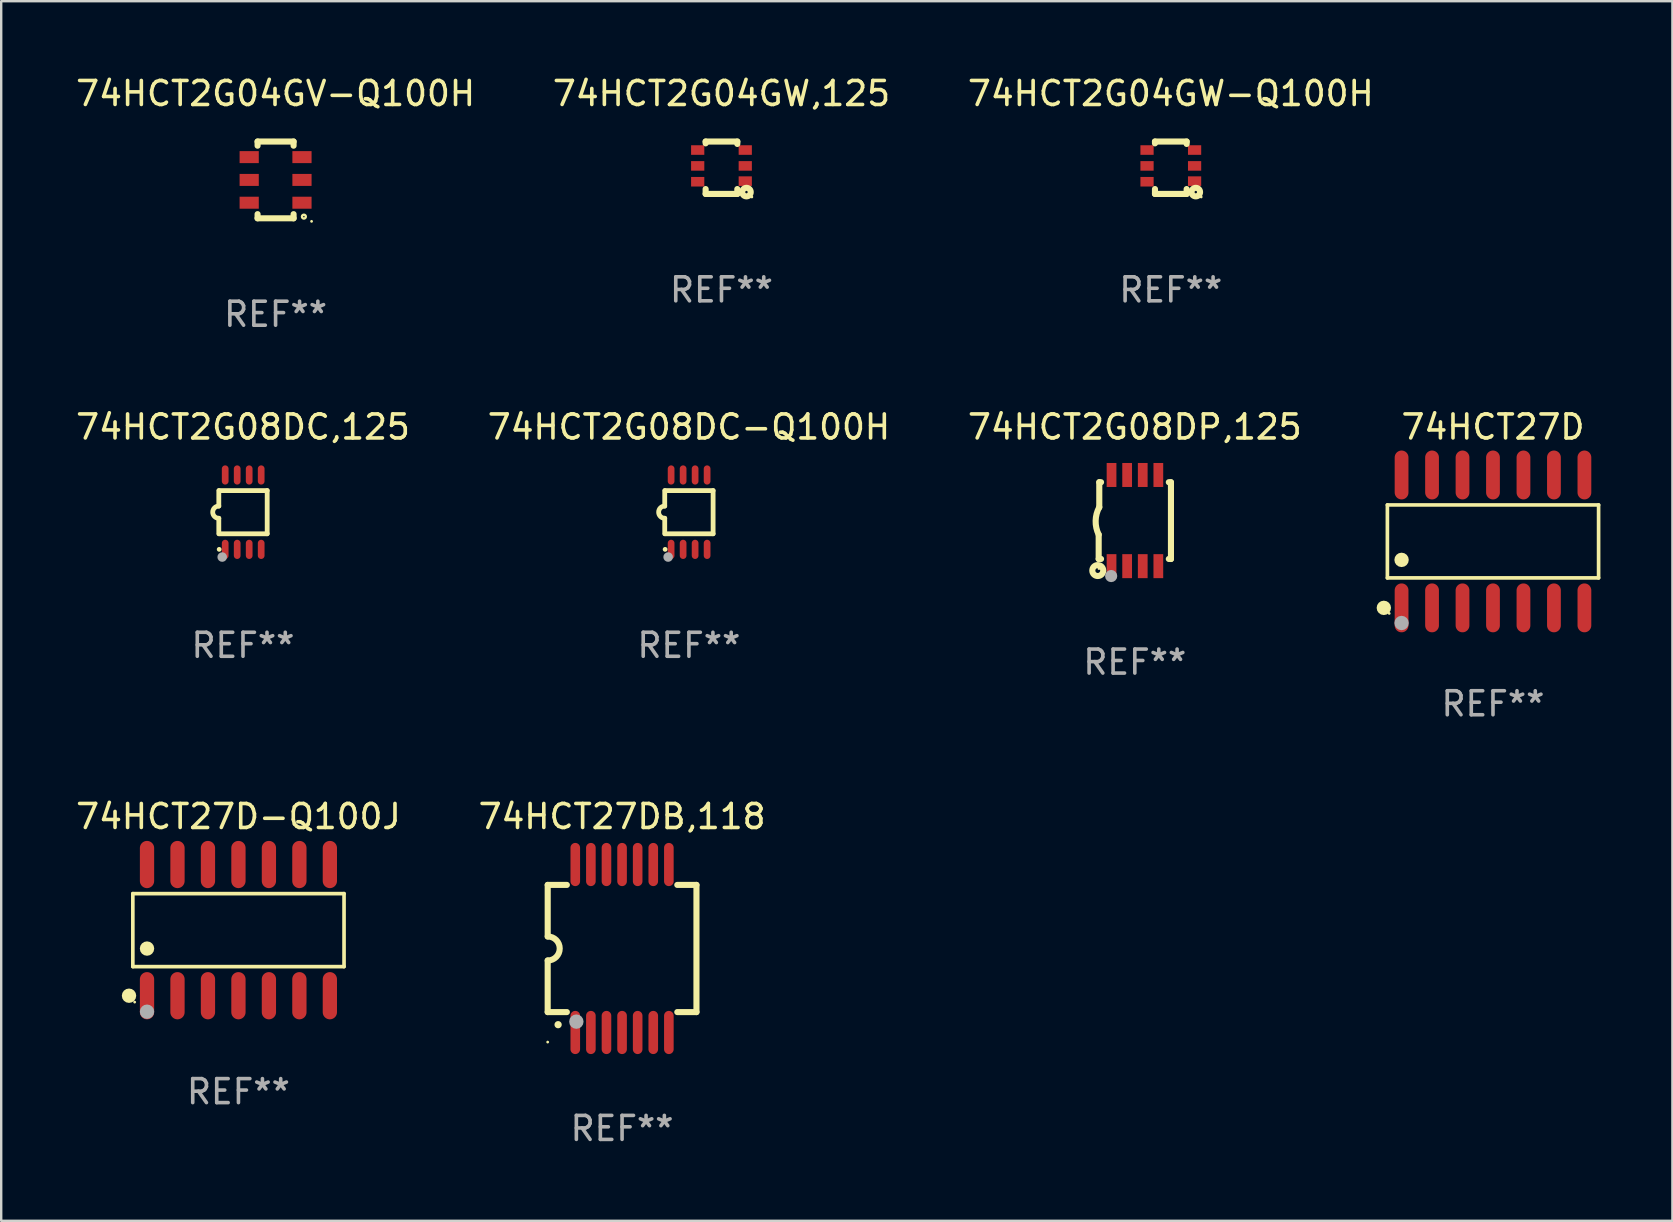
<source format=kicad_pcb>
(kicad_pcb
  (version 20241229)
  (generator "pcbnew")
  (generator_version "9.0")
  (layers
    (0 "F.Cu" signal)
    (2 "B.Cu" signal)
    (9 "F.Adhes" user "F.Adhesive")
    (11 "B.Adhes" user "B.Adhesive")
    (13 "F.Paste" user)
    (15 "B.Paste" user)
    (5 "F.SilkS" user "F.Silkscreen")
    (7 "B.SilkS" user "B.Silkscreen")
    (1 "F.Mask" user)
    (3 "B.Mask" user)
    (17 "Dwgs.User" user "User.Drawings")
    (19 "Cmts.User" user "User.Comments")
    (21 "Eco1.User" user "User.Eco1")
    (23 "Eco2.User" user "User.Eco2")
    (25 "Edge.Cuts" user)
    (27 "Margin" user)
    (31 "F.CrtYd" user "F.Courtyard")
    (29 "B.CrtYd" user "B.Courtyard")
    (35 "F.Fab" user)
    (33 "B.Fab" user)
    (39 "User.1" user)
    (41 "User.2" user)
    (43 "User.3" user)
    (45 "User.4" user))
  (footprint "74HCT2G04GW,125"
    (layer "F.Cu")
    (at 27.018 3.94)
    (property "Reference" "74HCT2G04GW,125" (at 0 -3.092 0) (layer "F.SilkS") (effects (font (size 1 1) (thickness 0.15))))
    (attr through_hole)
    (fp_line (start -0.66 -1.092) (end -0.66 -1.016) (stroke (width 0.254) (type solid)) (layer "F.SilkS"))
    (fp_line (start -0.66 1.092) (end -0.66 0.889) (stroke (width 0.254) (type solid)) (layer "F.SilkS"))
    (fp_line (start 0.66 -1.092) (end -0.66 -1.092) (stroke (width 0.254) (type solid)) (layer "F.SilkS"))
    (fp_line (start 0.66 -0.991) (end 0.66 -1.092) (stroke (width 0.254) (type solid)) (layer "F.SilkS"))
    (fp_line (start 0.66 0.889) (end 0.66 1.092) (stroke (width 0.254) (type solid)) (layer "F.SilkS"))
    (fp_line (start 0.66 1.092) (end -0.66 1.092) (stroke (width 0.254) (type solid)) (layer "F.SilkS"))
    (fp_circle (center 1.041 1.016) (end 1.092 1.016) (stroke (width 0.254) (type solid)) (fill no) (layer "F.SilkS"))
    (fp_circle (center 1.266 1.219) (end 1.296 1.219) (stroke (width 0.06) (type solid)) (fill no) (layer "F.SilkS"))
    (fp_text user "REF**" (at 0 5.092 0) (layer "F.Fab") (effects (font (size 1 1) (thickness 0.15))))
    (pad "1" smd rect (at 0.991 0.559 270) (size 0.399 0.551) (layers "F.Cu" "F.Mask" "F.Paste"))
    (pad "2" smd rect (at 0.991 -0.076 270) (size 0.399 0.551) (layers "F.Cu" "F.Mask" "F.Paste"))
    (pad "3" smd rect (at 0.991 -0.737 270) (size 0.399 0.551) (layers "F.Cu" "F.Mask" "F.Paste"))
    (pad "4" smd rect (at -0.991 -0.737 270) (size 0.399 0.551) (layers "F.Cu" "F.Mask" "F.Paste"))
    (pad "5" smd rect (at -0.991 -0.076 270) (size 0.399 0.551) (layers "F.Cu" "F.Mask" "F.Paste"))
    (pad "6" smd rect (at -0.991 0.584 270) (size 0.399 0.551) (layers "F.Cu" "F.Mask" "F.Paste")))
  (footprint "74HCT2G08DP,125"
    (layer "F.Cu")
    (at 44.244 18.645)
    (property "Reference" "74HCT2G08DP,125" (at 0 -3.9 0) (layer "F.SilkS") (effects (font (size 1 1) (thickness 0.15))))
    (attr through_hole)
    (fp_line (start -1.506 1.6) (end -1.506 0.584) (stroke (width 0.254) (type solid)) (layer "F.SilkS"))
    (fp_line (start -1.506 1.6) (end -1.407 1.6) (stroke (width 0.254) (type solid)) (layer "F.SilkS"))
    (fp_line (start -1.481 -1.599) (end -1.481 -0.549) (stroke (width 0.254) (type solid)) (layer "F.SilkS"))
    (fp_line (start -1.481 -1.599) (end -1.407 -1.599) (stroke (width 0.254) (type solid)) (layer "F.SilkS"))
    (fp_line (start 1.417 -1.599) (end 1.506 -1.599) (stroke (width 0.254) (type solid)) (layer "F.SilkS"))
    (fp_line (start 1.417 1.6) (end 1.506 1.6) (stroke (width 0.254) (type solid)) (layer "F.SilkS"))
    (fp_line (start 1.506 1.603) (end 1.506 -1.595) (stroke (width 0.254) (type solid)) (layer "F.SilkS"))
    (fp_arc (start -1.506223 0.584328) (mid -1.632455 0.00974) (end -1.480823 -0.558674) (stroke (width 0.254001) (type solid)) (layer "F.SilkS"))
    (fp_circle (center -1.544 2.083) (end -1.443 2.083) (stroke (width 0.254) (type solid)) (fill no) (layer "F.SilkS"))
    (fp_circle (center -1.495 2) (end -1.465 2) (stroke (width 0.06) (type solid)) (fill no) (layer "F.SilkS"))
    (fp_circle (center -0.986 2.312) (end -0.859 2.312) (stroke (width 0.254) (type solid)) (fill no) (layer "F.Fab"))
    (fp_text user "REF**" (at 0 5.9 0) (layer "F.Fab") (effects (font (size 1 1) (thickness 0.15))))
    (pad "1" smd rect (at -0.97 1.9 90) (size 1 0.406) (layers "F.Cu" "F.Mask" "F.Paste"))
    (pad "2" smd rect (at -0.32 1.9 90) (size 1 0.406) (layers "F.Cu" "F.Mask" "F.Paste"))
    (pad "3" smd rect (at 0.33 1.9 90) (size 1 0.406) (layers "F.Cu" "F.Mask" "F.Paste"))
    (pad "4" smd rect (at 0.98 1.9 90) (size 1 0.406) (layers "F.Cu" "F.Mask" "F.Paste"))
    (pad "5" smd rect (at 0.98 -1.9 90) (size 1 0.406) (layers "F.Cu" "F.Mask" "F.Paste"))
    (pad "6" smd rect (at 0.33 -1.9 90) (size 1 0.406) (layers "F.Cu" "F.Mask" "F.Paste"))
    (pad "7" smd rect (at -0.32 -1.9 90) (size 1 0.406) (layers "F.Cu" "F.Mask" "F.Paste"))
    (pad "8" smd rect (at -0.97 -1.9 90) (size 1 0.406) (layers "F.Cu" "F.Mask" "F.Paste")))
  (footprint "74HCT2G08DC-Q100H"
    (layer "F.Cu")
    (at 25.661 18.295)
    (property "Reference" "74HCT2G08DC-Q100H" (at 0 -3.55 0) (layer "F.SilkS") (effects (font (size 1 1) (thickness 0.15))))
    (attr through_hole)
    (fp_line (start -1.008 -0.254) (end -1.008 -0.9) (stroke (width 0.2) (type solid)) (layer "F.SilkS"))
    (fp_line (start -1.008 0.254) (end -1.008 0.9) (stroke (width 0.2) (type solid)) (layer "F.SilkS"))
    (fp_line (start -0.992 0.9) (end 1.008 0.9) (stroke (width 0.2) (type solid)) (layer "F.SilkS"))
    (fp_line (start 1.008 -0.9) (end -0.992 -0.9) (stroke (width 0.2) (type solid)) (layer "F.SilkS"))
    (fp_line (start 1.008 0.9) (end 1.008 -0.9) (stroke (width 0.2) (type solid)) (layer "F.SilkS"))
    (fp_arc (start -1.008001 0.254001) (mid -1.262002 0) (end -1.008001 -0.254001) (stroke (width 0.2) (type solid)) (layer "F.SilkS"))
    (fp_circle (center -0.992 1.55) (end -0.942 1.55) (stroke (width 0.1) (type solid)) (fill no) (layer "F.SilkS"))
    (fp_circle (center -0.866 1.87) (end -0.766 1.87) (stroke (width 0.2) (type solid)) (fill no) (layer "F.Fab"))
    (fp_text user "REF**" (at 0 5.55 0) (layer "F.Fab") (effects (font (size 1 1) (thickness 0.15))))
    (pad "1" smd oval (at -0.742 1.55 270) (size 0.8 0.28) (layers "F.Cu" "F.Mask" "F.Paste"))
    (pad "2" smd oval (at -0.242 1.55 270) (size 0.8 0.28) (layers "F.Cu" "F.Mask" "F.Paste"))
    (pad "3" smd oval (at 0.258 1.55 270) (size 0.8 0.28) (layers "F.Cu" "F.Mask" "F.Paste"))
    (pad "4" smd oval (at 0.758 1.55 270) (size 0.8 0.28) (layers "F.Cu" "F.Mask" "F.Paste"))
    (pad "5" smd oval (at 0.758 -1.55 270) (size 0.8 0.28) (layers "F.Cu" "F.Mask" "F.Paste"))
    (pad "6" smd oval (at 0.258 -1.55 270) (size 0.8 0.28) (layers "F.Cu" "F.Mask" "F.Paste"))
    (pad "7" smd oval (at -0.242 -1.55 270) (size 0.8 0.28) (layers "F.Cu" "F.Mask" "F.Paste"))
    (pad "8" smd oval (at -0.742 -1.55 270) (size 0.8 0.28) (layers "F.Cu" "F.Mask" "F.Paste")))
  (footprint "74HCT2G04GV-Q100H"
    (layer "F.Cu")
    (at 8.435 4.448)
    (property "Reference" "74HCT2G04GV-Q100H" (at 0 -3.6 0) (layer "F.SilkS") (effects (font (size 1 1) (thickness 0.15))))
    (attr through_hole)
    (fp_line (start -0.75 -1.6) (end -0.75 -1.426) (stroke (width 0.254) (type solid)) (layer "F.SilkS"))
    (fp_line (start -0.75 -1.6) (end 0.75 -1.6) (stroke (width 0.254) (type solid)) (layer "F.SilkS"))
    (fp_line (start -0.75 1.426) (end -0.75 1.6) (stroke (width 0.254) (type solid)) (layer "F.SilkS"))
    (fp_line (start -0.75 1.6) (end 0.75 1.6) (stroke (width 0.254) (type solid)) (layer "F.SilkS"))
    (fp_line (start 0.75 -1.6) (end 0.75 -1.426) (stroke (width 0.254) (type solid)) (layer "F.SilkS"))
    (fp_line (start 0.75 1.426) (end 0.75 1.6) (stroke (width 0.254) (type solid)) (layer "F.SilkS"))
    (fp_circle (center 1.18 1.53) (end 1.26 1.53) (stroke (width 0.1) (type solid)) (fill no) (layer "F.SilkS"))
    (fp_circle (center 1.5 1.727) (end 1.53 1.727) (stroke (width 0.06) (type solid)) (fill no) (layer "F.SilkS"))
    (fp_text user "REF**" (at 0 5.6 0) (layer "F.Fab") (effects (font (size 1 1) (thickness 0.15))))
    (pad "1" smd rect (at 1.1 0.95 90) (size 0.5 0.8) (layers "F.Cu" "F.Mask" "F.Paste"))
    (pad "2" smd rect (at 1.1 0 90) (size 0.5 0.8) (layers "F.Cu" "F.Mask" "F.Paste"))
    (pad "3" smd rect (at 1.1 -0.95 90) (size 0.5 0.8) (layers "F.Cu" "F.Mask" "F.Paste"))
    (pad "4" smd rect (at -1.1 -0.95 90) (size 0.5 0.8) (layers "F.Cu" "F.Mask" "F.Paste"))
    (pad "5" smd rect (at -1.1 0 90) (size 0.5 0.8) (layers "F.Cu" "F.Mask" "F.Paste"))
    (pad "6" smd rect (at -1.1 0.95 90) (size 0.5 0.8) (layers "F.Cu" "F.Mask" "F.Paste")))
  (footprint "74HCT27D-Q100J"
    (layer "F.Cu")
    (at 6.887 35.713)
    (property "Reference" "74HCT27D-Q100J" (at 0 -4.734 0) (layer "F.SilkS") (effects (font (size 1 1) (thickness 0.15))))
    (attr through_hole)
    (fp_line (start -4.401 -1.521) (end 4.401 -1.521) (stroke (width 0.152) (type solid)) (layer "F.SilkS"))
    (fp_line (start -4.401 1.521) (end -4.401 -1.521) (stroke (width 0.152) (type solid)) (layer "F.SilkS"))
    (fp_line (start 4.401 -1.521) (end 4.401 1.521) (stroke (width 0.152) (type solid)) (layer "F.SilkS"))
    (fp_line (start 4.401 1.521) (end -4.401 1.521) (stroke (width 0.152) (type solid)) (layer "F.SilkS"))
    (fp_circle (center -4.56 2.734) (end -4.41 2.734) (stroke (width 0.3) (type solid)) (fill no) (layer "F.SilkS"))
    (fp_circle (center -4.325 3) (end -4.295 3) (stroke (width 0.06) (type solid)) (fill no) (layer "F.SilkS"))
    (fp_circle (center -3.81 0.769) (end -3.66 0.769) (stroke (width 0.3) (type solid)) (fill no) (layer "F.SilkS"))
    (fp_circle (center -3.81 3.4) (end -3.66 3.4) (stroke (width 0.3) (type solid)) (fill no) (layer "F.Fab"))
    (fp_text user "REF**" (at 0 6.734 0) (layer "F.Fab") (effects (font (size 1 1) (thickness 0.15))))
    (pad "1" smd oval (at -3.81 2.734) (size 0.595 1.968) (layers "F.Cu" "F.Mask" "F.Paste"))
    (pad "2" smd oval (at -2.54 2.734) (size 0.595 1.968) (layers "F.Cu" "F.Mask" "F.Paste"))
    (pad "3" smd oval (at -1.27 2.734) (size 0.595 1.968) (layers "F.Cu" "F.Mask" "F.Paste"))
    (pad "4" smd oval (at 0 2.734) (size 0.595 1.968) (layers "F.Cu" "F.Mask" "F.Paste"))
    (pad "5" smd oval (at 1.27 2.734) (size 0.595 1.968) (layers "F.Cu" "F.Mask" "F.Paste"))
    (pad "6" smd oval (at 2.54 2.734) (size 0.595 1.968) (layers "F.Cu" "F.Mask" "F.Paste"))
    (pad "7" smd oval (at 3.81 2.734) (size 0.595 1.968) (layers "F.Cu" "F.Mask" "F.Paste"))
    (pad "8" smd oval (at 3.81 -2.734) (size 0.595 1.968) (layers "F.Cu" "F.Mask" "F.Paste"))
    (pad "9" smd oval (at 2.54 -2.734) (size 0.595 1.968) (layers "F.Cu" "F.Mask" "F.Paste"))
    (pad "10" smd oval (at 1.27 -2.734) (size 0.595 1.968) (layers "F.Cu" "F.Mask" "F.Paste"))
    (pad "11" smd oval (at 0 -2.734) (size 0.595 1.968) (layers "F.Cu" "F.Mask" "F.Paste"))
    (pad "12" smd oval (at -1.27 -2.734) (size 0.595 1.968) (layers "F.Cu" "F.Mask" "F.Paste"))
    (pad "13" smd oval (at -2.54 -2.734) (size 0.595 1.968) (layers "F.Cu" "F.Mask" "F.Paste"))
    (pad "14" smd oval (at -3.81 -2.734) (size 0.595 1.968) (layers "F.Cu" "F.Mask" "F.Paste")))
  (footprint "74HCT27DB,118"
    (layer "F.Cu")
    (at 22.875 36.479)
    (property "Reference" "74HCT27DB,118" (at 0 -5.5 0) (layer "F.SilkS") (effects (font (size 1 1) (thickness 0.15))))
    (attr through_hole)
    (fp_line (start -3.1 2.65) (end -3.1 0.5) (stroke (width 0.254) (type solid)) (layer "F.SilkS"))
    (fp_line (start -3.099 -2.65) (end -2.301 -2.65) (stroke (width 0.254) (type solid)) (layer "F.SilkS"))
    (fp_line (start -3.099 -0.5) (end -3.099 -2.65) (stroke (width 0.254) (type solid)) (layer "F.SilkS"))
    (fp_line (start -2.301 2.65) (end -3.1 2.65) (stroke (width 0.254) (type solid)) (layer "F.SilkS"))
    (fp_line (start 2.301 -2.65) (end 3.1 -2.65) (stroke (width 0.254) (type solid)) (layer "F.SilkS"))
    (fp_line (start 3.1 -2.65) (end 3.1 2.65) (stroke (width 0.254) (type solid)) (layer "F.SilkS"))
    (fp_line (start 3.1 2.65) (end 2.301 2.65) (stroke (width 0.254) (type solid)) (layer "F.SilkS"))
    (fp_arc (start -3.098806 -0.500381) (mid -2.598806 0) (end -3.098806 0.500381) (stroke (width 0.254001) (type solid)) (layer "F.SilkS"))
    (fp_arc (start -2.667005 3.175006) (mid -2.665735 3.175001) (end -2.664465 3.175006) (stroke (width 0.3) (type solid)) (layer "F.SilkS"))
    (fp_circle (center -3.1 3.9) (end -3.07 3.9) (stroke (width 0.06) (type solid)) (fill no) (layer "F.SilkS"))
    (fp_circle (center -1.905 3.048) (end -1.755 3.048) (stroke (width 0.3) (type solid)) (fill no) (layer "F.Fab"))
    (fp_text user "REF**" (at 0 7.5 0) (layer "F.Fab") (effects (font (size 1 1) (thickness 0.15))))
    (pad "1" smd oval (at -1.95 3.5 270) (size 1.8 0.4) (layers "F.Cu" "F.Mask" "F.Paste"))
    (pad "2" smd oval (at -1.3 3.5 270) (size 1.8 0.4) (layers "F.Cu" "F.Mask" "F.Paste"))
    (pad "3" smd oval (at -0.65 3.5 270) (size 1.8 0.4) (layers "F.Cu" "F.Mask" "F.Paste"))
    (pad "4" smd oval (at 0 3.5 270) (size 1.8 0.4) (layers "F.Cu" "F.Mask" "F.Paste"))
    (pad "5" smd oval (at 0.65 3.5 270) (size 1.8 0.4) (layers "F.Cu" "F.Mask" "F.Paste"))
    (pad "6" smd oval (at 1.3 3.5 270) (size 1.8 0.4) (layers "F.Cu" "F.Mask" "F.Paste"))
    (pad "7" smd oval (at 1.95 3.5 270) (size 1.8 0.4) (layers "F.Cu" "F.Mask" "F.Paste"))
    (pad "8" smd oval (at 1.95 -3.5 90) (size 1.8 0.4) (layers "F.Cu" "F.Mask" "F.Paste"))
    (pad "9" smd oval (at 1.3 -3.5 90) (size 1.8 0.4) (layers "F.Cu" "F.Mask" "F.Paste"))
    (pad "10" smd oval (at 0.65 -3.5 90) (size 1.8 0.4) (layers "F.Cu" "F.Mask" "F.Paste"))
    (pad "11" smd oval (at 0 -3.5 90) (size 1.8 0.4) (layers "F.Cu" "F.Mask" "F.Paste"))
    (pad "12" smd oval (at -0.65 -3.5 90) (size 1.8 0.4) (layers "F.Cu" "F.Mask" "F.Paste"))
    (pad "13" smd oval (at -1.3 -3.5 90) (size 1.8 0.4) (layers "F.Cu" "F.Mask" "F.Paste"))
    (pad "14" smd oval (at -1.95 -3.5 90) (size 1.8 0.4) (layers "F.Cu" "F.Mask" "F.Paste")))
  (footprint "74HCT2G08DC,125"
    (layer "F.Cu")
    (at 7.077 18.295)
    (property "Reference" "74HCT2G08DC,125" (at 0 -3.55 0) (layer "F.SilkS") (effects (font (size 1 1) (thickness 0.15))))
    (attr through_hole)
    (fp_line (start -1.008 -0.254) (end -1.008 -0.9) (stroke (width 0.2) (type solid)) (layer "F.SilkS"))
    (fp_line (start -1.008 0.254) (end -1.008 0.9) (stroke (width 0.2) (type solid)) (layer "F.SilkS"))
    (fp_line (start -0.992 0.9) (end 1.008 0.9) (stroke (width 0.2) (type solid)) (layer "F.SilkS"))
    (fp_line (start 1.008 -0.9) (end -0.992 -0.9) (stroke (width 0.2) (type solid)) (layer "F.SilkS"))
    (fp_line (start 1.008 0.9) (end 1.008 -0.9) (stroke (width 0.2) (type solid)) (layer "F.SilkS"))
    (fp_arc (start -1.008001 0.254001) (mid -1.262002 0) (end -1.008001 -0.254001) (stroke (width 0.2) (type solid)) (layer "F.SilkS"))
    (fp_circle (center -0.992 1.55) (end -0.942 1.55) (stroke (width 0.1) (type solid)) (fill no) (layer "F.SilkS"))
    (fp_circle (center -0.866 1.87) (end -0.766 1.87) (stroke (width 0.2) (type solid)) (fill no) (layer "F.Fab"))
    (fp_text user "REF**" (at 0 5.55 0) (layer "F.Fab") (effects (font (size 1 1) (thickness 0.15))))
    (pad "1" smd oval (at -0.742 1.55 270) (size 0.8 0.28) (layers "F.Cu" "F.Mask" "F.Paste"))
    (pad "2" smd oval (at -0.242 1.55 270) (size 0.8 0.28) (layers "F.Cu" "F.Mask" "F.Paste"))
    (pad "3" smd oval (at 0.258 1.55 270) (size 0.8 0.28) (layers "F.Cu" "F.Mask" "F.Paste"))
    (pad "4" smd oval (at 0.758 1.55 270) (size 0.8 0.28) (layers "F.Cu" "F.Mask" "F.Paste"))
    (pad "5" smd oval (at 0.758 -1.55 270) (size 0.8 0.28) (layers "F.Cu" "F.Mask" "F.Paste"))
    (pad "6" smd oval (at 0.258 -1.55 270) (size 0.8 0.28) (layers "F.Cu" "F.Mask" "F.Paste"))
    (pad "7" smd oval (at -0.242 -1.55 270) (size 0.8 0.28) (layers "F.Cu" "F.Mask" "F.Paste"))
    (pad "8" smd oval (at -0.742 -1.55 270) (size 0.8 0.28) (layers "F.Cu" "F.Mask" "F.Paste")))
  (footprint "74HCT27D"
    (layer "F.Cu")
    (at 59.171 19.514)
    (property "Reference" "74HCT27D" (at 0 -4.769 0) (layer "F.SilkS") (effects (font (size 1 1) (thickness 0.15))))
    (attr through_hole)
    (fp_line (start -4.401 -1.521) (end 4.401 -1.521) (stroke (width 0.152) (type solid)) (layer "F.SilkS"))
    (fp_line (start -4.401 1.521) (end -4.401 -1.521) (stroke (width 0.152) (type solid)) (layer "F.SilkS"))
    (fp_line (start 4.401 -1.521) (end 4.401 1.521) (stroke (width 0.152) (type solid)) (layer "F.SilkS"))
    (fp_line (start 4.401 1.521) (end -4.401 1.521) (stroke (width 0.152) (type solid)) (layer "F.SilkS"))
    (fp_circle (center -4.549 2.769) (end -4.399 2.769) (stroke (width 0.3) (type solid)) (fill no) (layer "F.SilkS"))
    (fp_circle (center -4.325 3) (end -4.295 3) (stroke (width 0.06) (type solid)) (fill no) (layer "F.SilkS"))
    (fp_circle (center -3.81 0.769) (end -3.66 0.769) (stroke (width 0.3) (type solid)) (fill no) (layer "F.SilkS"))
    (fp_circle (center -3.81 3.4) (end -3.66 3.4) (stroke (width 0.3) (type solid)) (fill no) (layer "F.Fab"))
    (fp_text user "REF**" (at 0 6.769 0) (layer "F.Fab") (effects (font (size 1 1) (thickness 0.15))))
    (pad "1" smd oval (at -3.81 2.769) (size 0.574 2.038) (layers "F.Cu" "F.Mask" "F.Paste"))
    (pad "2" smd oval (at -2.54 2.769) (size 0.574 2.038) (layers "F.Cu" "F.Mask" "F.Paste"))
    (pad "3" smd oval (at -1.27 2.769) (size 0.574 2.038) (layers "F.Cu" "F.Mask" "F.Paste"))
    (pad "4" smd oval (at 0 2.769) (size 0.574 2.038) (layers "F.Cu" "F.Mask" "F.Paste"))
    (pad "5" smd oval (at 1.27 2.769) (size 0.574 2.038) (layers "F.Cu" "F.Mask" "F.Paste"))
    (pad "6" smd oval (at 2.54 2.769) (size 0.574 2.038) (layers "F.Cu" "F.Mask" "F.Paste"))
    (pad "7" smd oval (at 3.81 2.769) (size 0.574 2.038) (layers "F.Cu" "F.Mask" "F.Paste"))
    (pad "8" smd oval (at 3.81 -2.769) (size 0.574 2.038) (layers "F.Cu" "F.Mask" "F.Paste"))
    (pad "9" smd oval (at 2.54 -2.769) (size 0.574 2.038) (layers "F.Cu" "F.Mask" "F.Paste"))
    (pad "10" smd oval (at 1.27 -2.769) (size 0.574 2.038) (layers "F.Cu" "F.Mask" "F.Paste"))
    (pad "11" smd oval (at 0 -2.769) (size 0.574 2.038) (layers "F.Cu" "F.Mask" "F.Paste"))
    (pad "12" smd oval (at -1.27 -2.769) (size 0.574 2.038) (layers "F.Cu" "F.Mask" "F.Paste"))
    (pad "13" smd oval (at -2.54 -2.769) (size 0.574 2.038) (layers "F.Cu" "F.Mask" "F.Paste"))
    (pad "14" smd oval (at -3.81 -2.769) (size 0.574 2.038) (layers "F.Cu" "F.Mask" "F.Paste")))
  (footprint "74HCT2G04GW-Q100H"
    (layer "F.Cu")
    (at 45.744 3.94)
    (property "Reference" "74HCT2G04GW-Q100H" (at 0 -3.092 0) (layer "F.SilkS") (effects (font (size 1 1) (thickness 0.15))))
    (attr through_hole)
    (fp_line (start -0.66 -1.092) (end -0.66 -1.016) (stroke (width 0.254) (type solid)) (layer "F.SilkS"))
    (fp_line (start -0.66 1.092) (end -0.66 0.889) (stroke (width 0.254) (type solid)) (layer "F.SilkS"))
    (fp_line (start 0.66 -1.092) (end -0.66 -1.092) (stroke (width 0.254) (type solid)) (layer "F.SilkS"))
    (fp_line (start 0.66 -0.991) (end 0.66 -1.092) (stroke (width 0.254) (type solid)) (layer "F.SilkS"))
    (fp_line (start 0.66 0.889) (end 0.66 1.092) (stroke (width 0.254) (type solid)) (layer "F.SilkS"))
    (fp_line (start 0.66 1.092) (end -0.66 1.092) (stroke (width 0.254) (type solid)) (layer "F.SilkS"))
    (fp_circle (center 1.041 1.016) (end 1.092 1.016) (stroke (width 0.254) (type solid)) (fill no) (layer "F.SilkS"))
    (fp_circle (center 1.266 1.219) (end 1.296 1.219) (stroke (width 0.06) (type solid)) (fill no) (layer "F.SilkS"))
    (fp_text user "REF**" (at 0 5.092 0) (layer "F.Fab") (effects (font (size 1 1) (thickness 0.15))))
    (pad "1" smd rect (at 0.991 0.559 270) (size 0.399 0.551) (layers "F.Cu" "F.Mask" "F.Paste"))
    (pad "2" smd rect (at 0.991 -0.076 270) (size 0.399 0.551) (layers "F.Cu" "F.Mask" "F.Paste"))
    (pad "3" smd rect (at 0.991 -0.737 270) (size 0.399 0.551) (layers "F.Cu" "F.Mask" "F.Paste"))
    (pad "4" smd rect (at -0.991 -0.737 270) (size 0.399 0.551) (layers "F.Cu" "F.Mask" "F.Paste"))
    (pad "5" smd rect (at -0.991 -0.076 270) (size 0.399 0.551) (layers "F.Cu" "F.Mask" "F.Paste"))
    (pad "6" smd rect (at -0.991 0.584 270) (size 0.399 0.551) (layers "F.Cu" "F.Mask" "F.Paste")))
  (gr_rect
    (start -3 -3)
    (end 66.648 47.828)
    (stroke (width 0.1) (type default))
    (fill no)
    (layer "Edge.Cuts")))
</source>
